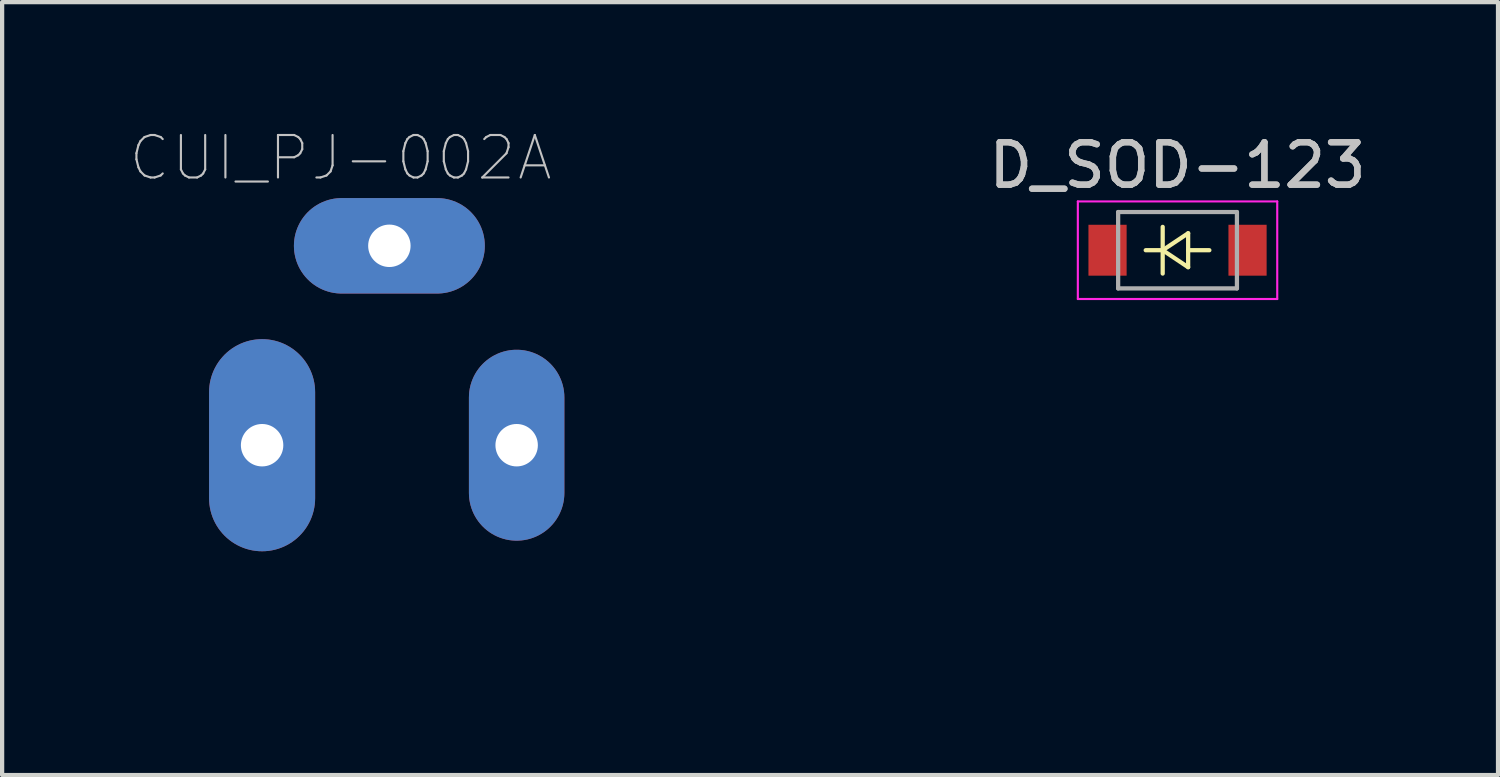
<source format=kicad_pcb>
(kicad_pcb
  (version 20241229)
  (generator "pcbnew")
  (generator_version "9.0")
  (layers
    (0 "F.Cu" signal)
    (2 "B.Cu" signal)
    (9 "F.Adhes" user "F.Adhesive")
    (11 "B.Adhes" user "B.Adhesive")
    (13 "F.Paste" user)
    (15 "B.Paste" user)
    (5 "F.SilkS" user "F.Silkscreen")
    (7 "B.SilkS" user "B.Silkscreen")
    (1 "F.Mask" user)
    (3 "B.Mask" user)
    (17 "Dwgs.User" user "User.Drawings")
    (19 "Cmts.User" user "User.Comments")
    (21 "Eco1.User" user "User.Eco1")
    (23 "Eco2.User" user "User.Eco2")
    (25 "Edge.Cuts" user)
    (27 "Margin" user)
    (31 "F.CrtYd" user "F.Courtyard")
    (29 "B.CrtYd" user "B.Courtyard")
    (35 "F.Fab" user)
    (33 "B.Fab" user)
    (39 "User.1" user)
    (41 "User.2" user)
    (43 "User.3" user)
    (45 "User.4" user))
  (footprint "D_SOD-123"
    (layer "F.Cu")
    (at 24.706 2.848)
    (property "Reference" "D_SOD-123" (at 0 -2 0) (layer "Dwgs.User") (effects (font (size 1 1) (thickness 0.15))))
    (attr smd)
    (fp_line (start -0.75 0) (end -0.35 0) (stroke (width 0.1) (type solid)) (layer "F.SilkS"))
    (fp_line (start -0.35 0) (end -0.35 -0.55) (stroke (width 0.1) (type solid)) (layer "F.SilkS"))
    (fp_line (start -0.35 0) (end -0.35 0.55) (stroke (width 0.1) (type solid)) (layer "F.SilkS"))
    (fp_line (start -0.35 0) (end 0.25 -0.4) (stroke (width 0.1) (type solid)) (layer "F.SilkS"))
    (fp_line (start 0.25 -0.4) (end 0.25 0.4) (stroke (width 0.1) (type solid)) (layer "F.SilkS"))
    (fp_line (start 0.25 0) (end 0.75 0) (stroke (width 0.1) (type solid)) (layer "F.SilkS"))
    (fp_line (start 0.25 0.4) (end -0.35 0) (stroke (width 0.1) (type solid)) (layer "F.SilkS"))
    (fp_line (start -2.35 -1.15) (end -2.35 1.15) (stroke (width 0.05) (type solid)) (layer "F.CrtYd"))
    (fp_line (start -2.35 -1.15) (end 2.35 -1.15) (stroke (width 0.05) (type solid)) (layer "F.CrtYd"))
    (fp_line (start 2.35 -1.15) (end 2.35 1.15) (stroke (width 0.05) (type solid)) (layer "F.CrtYd"))
    (fp_line (start 2.35 1.15) (end -2.35 1.15) (stroke (width 0.05) (type solid)) (layer "F.CrtYd"))
    (fp_line (start -1.4 -0.9) (end 1.4 -0.9) (stroke (width 0.1) (type solid)) (layer "F.Fab"))
    (fp_line (start -1.4 0.9) (end -1.4 -0.9) (stroke (width 0.1) (type solid)) (layer "F.Fab"))
    (fp_line (start 1.4 -0.9) (end 1.4 0.9) (stroke (width 0.1) (type solid)) (layer "F.Fab"))
    (fp_line (start 1.4 0.9) (end -1.4 0.9) (stroke (width 0.1) (type solid)) (layer "F.Fab"))
    (fp_text user "${REFERENCE}" (at 0 -2 0) (layer "F.Fab") (effects (font (size 1 1) (thickness 0.15))))
    (pad "1" smd rect (at -1.65 0) (size 0.9 1.2) (layers "F.Cu" "F.Mask" "F.Paste"))
    (pad "2" smd rect (at 1.65 0) (size 0.9 1.2) (layers "F.Cu" "F.Mask" "F.Paste")))
  (footprint "CUI_PJ-002A"
    (layer "F.Cu")
    (at 3.128 7.444)
    (property "Reference" "CUI_PJ-002A" (at 1.852 -6.771 0) (layer "Dwgs.User") (effects (font (size 1.001 1.001) (thickness 0.05))))
    (attr through_hole)
    (fp_line (start -1.55 -2.25) (end -1.55 2.35) (stroke (width 0.05) (type solid)) (layer "Eco1.User"))
    (fp_line (start -1.55 2.35) (end -1 2.35) (stroke (width 0.05) (type solid)) (layer "Eco1.User"))
    (fp_line (start -1 -4.75) (end 0.45 -4.75) (stroke (width 0.05) (type solid)) (layer "Eco1.User"))
    (fp_line (start -1 -2.25) (end -1.55 -2.25) (stroke (width 0.05) (type solid)) (layer "Eco1.User"))
    (fp_line (start -1 -2.25) (end -1 -4.75) (stroke (width 0.05) (type solid)) (layer "Eco1.User"))
    (fp_line (start -1 4.75) (end -1 2.35) (stroke (width 0.05) (type solid)) (layer "Eco1.User"))
    (fp_line (start 0.45 -6.1) (end 5.55 -6.1) (stroke (width 0.05) (type solid)) (layer "Eco1.User"))
    (fp_line (start 0.45 -4.75) (end 0.45 -6.1) (stroke (width 0.05) (type solid)) (layer "Eco1.User"))
    (fp_line (start 5.55 -6.1) (end 5.55 -4.75) (stroke (width 0.05) (type solid)) (layer "Eco1.User"))
    (fp_line (start 5.55 -4.75) (end 14 -4.75) (stroke (width 0.05) (type solid)) (layer "Eco1.User"))
    (fp_line (start 14 -4.75) (end 14 4.75) (stroke (width 0.05) (type solid)) (layer "Eco1.User"))
    (fp_line (start 14 4.75) (end -1 4.75) (stroke (width 0.05) (type solid)) (layer "Eco1.User"))
    (fp_line (start -0.7 -4.5) (end 13.7 -4.5) (stroke (width 0.127) (type solid)) (layer "Eco2.User"))
    (fp_line (start -0.7 4.5) (end -0.7 -4.5) (stroke (width 0.127) (type solid)) (layer "Eco2.User"))
    (fp_line (start 13.7 -4.5) (end 13.7 4.5) (stroke (width 0.127) (type solid)) (layer "Eco2.User"))
    (fp_line (start 13.7 4.5) (end -0.7 4.5) (stroke (width 0.127) (type solid)) (layer "Eco2.User"))
    (fp_line (start -0.5 -1.75) (end 0.5 -1.75) (stroke (width 0.0001) (type solid)) (layer "Edge.Cuts"))
    (fp_line (start -0.5 1.75) (end -0.5 -1.75) (stroke (width 0.0001) (type solid)) (layer "Edge.Cuts"))
    (fp_line (start 0.5 -1.75) (end 0.5 1.75) (stroke (width 0.0001) (type solid)) (layer "Edge.Cuts"))
    (fp_line (start 0.5 1.75) (end -0.5 1.75) (stroke (width 0.0001) (type solid)) (layer "Edge.Cuts"))
    (fp_line (start 1.5 -5.2) (end 4.5 -5.2) (stroke (width 0.0001) (type solid)) (layer "Edge.Cuts"))
    (fp_line (start 1.5 -4.2) (end 1.5 -5.2) (stroke (width 0.0001) (type solid)) (layer "Edge.Cuts"))
    (fp_line (start 4.5 -5.2) (end 4.5 -4.2) (stroke (width 0.0001) (type solid)) (layer "Edge.Cuts"))
    (fp_line (start 4.5 -4.2) (end 1.5 -4.2) (stroke (width 0.0001) (type solid)) (layer "Edge.Cuts"))
    (fp_line (start 5.5 -1.5) (end 6.5 -1.5) (stroke (width 0.0001) (type solid)) (layer "Edge.Cuts"))
    (fp_line (start 5.5 1.5) (end 5.5 -1.5) (stroke (width 0.0001) (type solid)) (layer "Edge.Cuts"))
    (fp_line (start 6.5 -1.5) (end 6.5 1.5) (stroke (width 0.0001) (type solid)) (layer "Edge.Cuts"))
    (fp_line (start 6.5 1.5) (end 5.5 1.5) (stroke (width 0.0001) (type solid)) (layer "Edge.Cuts"))
    (pad "1" thru_hole oval (at 0 0 90) (size 5 2.5) (drill 1) (layers "*.Cu" "*.Mask"))
    (pad "2" thru_hole oval (at 6 0 90) (size 4.5 2.25) (drill 1) (layers "*.Cu" "*.Mask"))
    (pad "3" thru_hole oval (at 3 -4.7 180) (size 4.5 2.25) (drill 1) (layers "*.Cu" "*.Mask")))
  (gr_rect
    (start -3 -3)
    (end 32.26 15.219)
    (stroke (width 0.1) (type default))
    (fill no)
    (layer "Edge.Cuts")))
</source>
